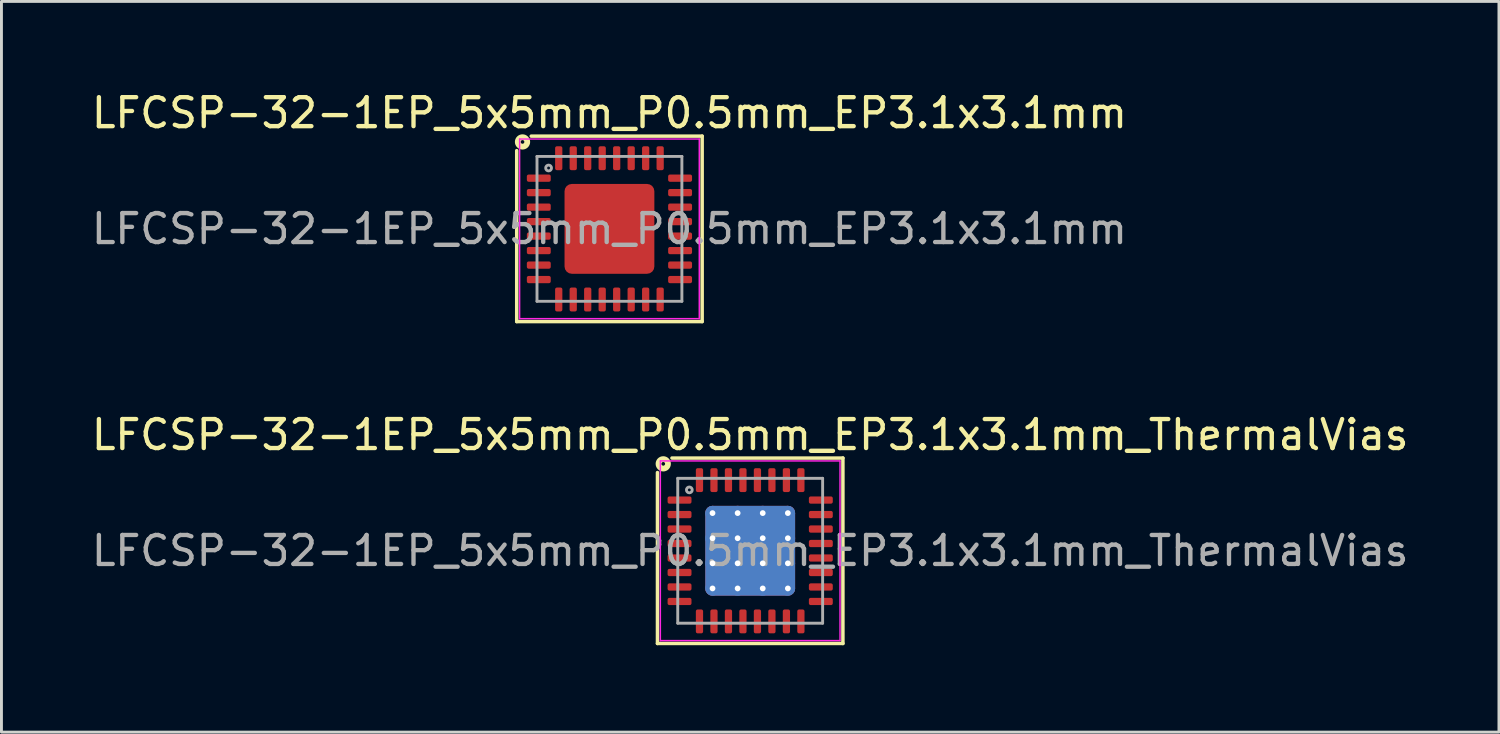
<source format=kicad_pcb>
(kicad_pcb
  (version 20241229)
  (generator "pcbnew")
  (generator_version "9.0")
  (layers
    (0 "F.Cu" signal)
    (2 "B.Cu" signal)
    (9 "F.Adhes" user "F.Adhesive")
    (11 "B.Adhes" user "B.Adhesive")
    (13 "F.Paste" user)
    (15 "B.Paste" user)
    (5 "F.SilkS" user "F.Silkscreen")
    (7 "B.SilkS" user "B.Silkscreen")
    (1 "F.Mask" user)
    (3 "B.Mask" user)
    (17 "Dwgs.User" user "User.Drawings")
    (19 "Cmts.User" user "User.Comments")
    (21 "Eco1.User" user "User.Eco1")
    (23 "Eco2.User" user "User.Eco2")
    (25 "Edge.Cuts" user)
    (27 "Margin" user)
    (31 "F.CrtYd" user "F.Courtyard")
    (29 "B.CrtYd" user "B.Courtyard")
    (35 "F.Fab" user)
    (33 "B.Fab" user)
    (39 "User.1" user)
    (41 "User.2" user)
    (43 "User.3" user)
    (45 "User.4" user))
  (footprint "LFCSP-32-1EP_5x5mm_P0.5mm_EP3.1x3.1mm"
    (layer "F.Cu")
    (at 17.982 4.848)
    (property "Reference" "LFCSP-32-1EP_5x5mm_P0.5mm_EP3.1x3.1mm" (at 0 -4 0) (layer "F.SilkS") (effects (font (size 1 1) (thickness 0.15))))
    (attr smd)
    (fp_line (start -3.2 3.2) (end -3.2 -2.7) (stroke (width 0.12) (type solid)) (layer "F.SilkS"))
    (fp_line (start 3.2 -3.2) (end -2.7 -3.2) (stroke (width 0.12) (type solid)) (layer "F.SilkS"))
    (fp_line (start 3.2 -3.2) (end 3.2 3.2) (stroke (width 0.12) (type solid)) (layer "F.SilkS"))
    (fp_line (start 3.2 3.2) (end -3.2 3.2) (stroke (width 0.12) (type solid)) (layer "F.SilkS"))
    (fp_circle (center -3 -3) (end -2.937 -3) (stroke (width 0.2) (type solid)) (fill no) (layer "F.SilkS"))
    (fp_line (start -3.1 -3.1) (end -3.1 3.1) (stroke (width 0.05) (type solid)) (layer "F.CrtYd"))
    (fp_line (start -3.1 3.1) (end 3.1 3.1) (stroke (width 0.05) (type solid)) (layer "F.CrtYd"))
    (fp_line (start 3.1 -3.1) (end -3.1 -3.1) (stroke (width 0.05) (type solid)) (layer "F.CrtYd"))
    (fp_line (start 3.1 3.1) (end 3.1 -3.1) (stroke (width 0.05) (type solid)) (layer "F.CrtYd"))
    (fp_line (start -2.5 -2.5) (end 2.5 -2.5) (stroke (width 0.1) (type solid)) (layer "F.Fab"))
    (fp_line (start -2.5 2.5) (end -2.5 -2.5) (stroke (width 0.1) (type solid)) (layer "F.Fab"))
    (fp_line (start 2.5 -2.5) (end 2.5 2.5) (stroke (width 0.1) (type solid)) (layer "F.Fab"))
    (fp_line (start 2.5 2.5) (end -2.5 2.5) (stroke (width 0.1) (type solid)) (layer "F.Fab"))
    (fp_circle (center -2.1 -2.1) (end -2 -2.1) (stroke (width 0.1) (type solid)) (fill no) (layer "F.Fab"))
    (fp_text user "${REFERENCE}" (at 0 0 0) (layer "F.Fab") (effects (font (size 1 1) (thickness 0.15))))
    (pad "" smd roundrect (at -0.79 -0.79) (size 1.31 1.31) (layers "F.Paste") (roundrect_rratio 0.191))
    (pad "" smd roundrect (at -0.79 0.78) (size 1.31 1.31) (layers "F.Paste") (roundrect_rratio 0.191))
    (pad "" smd roundrect (at 0.78 -0.79) (size 1.31 1.31) (layers "F.Paste") (roundrect_rratio 0.191))
    (pad "" smd roundrect (at 0.78 0.78) (size 1.31 1.31) (layers "F.Paste") (roundrect_rratio 0.191))
    (pad "1" smd roundrect (at -2.438 -1.75) (size 0.825 0.25) (layers "F.Cu" "F.Mask" "F.Paste") (roundrect_rratio 0.25))
    (pad "2" smd roundrect (at -2.438 -1.25) (size 0.825 0.25) (layers "F.Cu" "F.Mask" "F.Paste") (roundrect_rratio 0.25))
    (pad "3" smd roundrect (at -2.438 -0.75) (size 0.825 0.25) (layers "F.Cu" "F.Mask" "F.Paste") (roundrect_rratio 0.25))
    (pad "4" smd roundrect (at -2.438 -0.25) (size 0.825 0.25) (layers "F.Cu" "F.Mask" "F.Paste") (roundrect_rratio 0.25))
    (pad "5" smd roundrect (at -2.438 0.25) (size 0.825 0.25) (layers "F.Cu" "F.Mask" "F.Paste") (roundrect_rratio 0.25))
    (pad "6" smd roundrect (at -2.438 0.75) (size 0.825 0.25) (layers "F.Cu" "F.Mask" "F.Paste") (roundrect_rratio 0.25))
    (pad "7" smd roundrect (at -2.438 1.25) (size 0.825 0.25) (layers "F.Cu" "F.Mask" "F.Paste") (roundrect_rratio 0.25))
    (pad "8" smd roundrect (at -2.438 1.75) (size 0.825 0.25) (layers "F.Cu" "F.Mask" "F.Paste") (roundrect_rratio 0.25))
    (pad "9" smd roundrect (at -1.75 2.438) (size 0.25 0.825) (layers "F.Cu" "F.Mask" "F.Paste") (roundrect_rratio 0.25))
    (pad "10" smd roundrect (at -1.25 2.438) (size 0.25 0.825) (layers "F.Cu" "F.Mask" "F.Paste") (roundrect_rratio 0.25))
    (pad "11" smd roundrect (at -0.75 2.438) (size 0.25 0.825) (layers "F.Cu" "F.Mask" "F.Paste") (roundrect_rratio 0.25))
    (pad "12" smd roundrect (at -0.25 2.438) (size 0.25 0.825) (layers "F.Cu" "F.Mask" "F.Paste") (roundrect_rratio 0.25))
    (pad "13" smd roundrect (at 0.25 2.438) (size 0.25 0.825) (layers "F.Cu" "F.Mask" "F.Paste") (roundrect_rratio 0.25))
    (pad "14" smd roundrect (at 0.75 2.438) (size 0.25 0.825) (layers "F.Cu" "F.Mask" "F.Paste") (roundrect_rratio 0.25))
    (pad "15" smd roundrect (at 1.25 2.438) (size 0.25 0.825) (layers "F.Cu" "F.Mask" "F.Paste") (roundrect_rratio 0.25))
    (pad "16" smd roundrect (at 1.75 2.438) (size 0.25 0.825) (layers "F.Cu" "F.Mask" "F.Paste") (roundrect_rratio 0.25))
    (pad "17" smd roundrect (at 2.438 1.75) (size 0.825 0.25) (layers "F.Cu" "F.Mask" "F.Paste") (roundrect_rratio 0.25))
    (pad "18" smd roundrect (at 2.438 1.25) (size 0.825 0.25) (layers "F.Cu" "F.Mask" "F.Paste") (roundrect_rratio 0.25))
    (pad "19" smd roundrect (at 2.438 0.75) (size 0.825 0.25) (layers "F.Cu" "F.Mask" "F.Paste") (roundrect_rratio 0.25))
    (pad "20" smd roundrect (at 2.438 0.25) (size 0.825 0.25) (layers "F.Cu" "F.Mask" "F.Paste") (roundrect_rratio 0.25))
    (pad "21" smd roundrect (at 2.438 -0.25) (size 0.825 0.25) (layers "F.Cu" "F.Mask" "F.Paste") (roundrect_rratio 0.25))
    (pad "22" smd roundrect (at 2.438 -0.75) (size 0.825 0.25) (layers "F.Cu" "F.Mask" "F.Paste") (roundrect_rratio 0.25))
    (pad "23" smd roundrect (at 2.438 -1.25) (size 0.825 0.25) (layers "F.Cu" "F.Mask" "F.Paste") (roundrect_rratio 0.25))
    (pad "24" smd roundrect (at 2.438 -1.75) (size 0.825 0.25) (layers "F.Cu" "F.Mask" "F.Paste") (roundrect_rratio 0.25))
    (pad "25" smd roundrect (at 1.75 -2.438) (size 0.25 0.825) (layers "F.Cu" "F.Mask" "F.Paste") (roundrect_rratio 0.25))
    (pad "26" smd roundrect (at 1.25 -2.438) (size 0.25 0.825) (layers "F.Cu" "F.Mask" "F.Paste") (roundrect_rratio 0.25))
    (pad "27" smd roundrect (at 0.75 -2.438) (size 0.25 0.825) (layers "F.Cu" "F.Mask" "F.Paste") (roundrect_rratio 0.25))
    (pad "28" smd roundrect (at 0.25 -2.438) (size 0.25 0.825) (layers "F.Cu" "F.Mask" "F.Paste") (roundrect_rratio 0.25))
    (pad "29" smd roundrect (at -0.25 -2.438) (size 0.25 0.825) (layers "F.Cu" "F.Mask" "F.Paste") (roundrect_rratio 0.25))
    (pad "30" smd roundrect (at -0.75 -2.438) (size 0.25 0.825) (layers "F.Cu" "F.Mask" "F.Paste") (roundrect_rratio 0.25))
    (pad "31" smd roundrect (at -1.25 -2.438) (size 0.25 0.825) (layers "F.Cu" "F.Mask" "F.Paste") (roundrect_rratio 0.25))
    (pad "32" smd roundrect (at -1.75 -2.438) (size 0.25 0.825) (layers "F.Cu" "F.Mask" "F.Paste") (roundrect_rratio 0.25))
    (pad "33" smd roundrect (at 0 0) (size 3.1 3.1) (layers "F.Cu" "F.Mask") (roundrect_rratio 0.081)))
  (footprint "LFCSP-32-1EP_5x5mm_P0.5mm_EP3.1x3.1mm_ThermalVias"
    (layer "F.Cu")
    (at 22.839 15.957)
    (property "Reference" "LFCSP-32-1EP_5x5mm_P0.5mm_EP3.1x3.1mm_ThermalVias" (at 0 -4 0) (layer "F.SilkS") (effects (font (size 1 1) (thickness 0.15))))
    (attr smd)
    (fp_line (start -3.2 3.2) (end -3.2 -2.7) (stroke (width 0.12) (type solid)) (layer "F.SilkS"))
    (fp_line (start 3.2 -3.2) (end -2.7 -3.2) (stroke (width 0.12) (type solid)) (layer "F.SilkS"))
    (fp_line (start 3.2 -3.2) (end 3.2 3.2) (stroke (width 0.12) (type solid)) (layer "F.SilkS"))
    (fp_line (start 3.2 3.2) (end -3.2 3.2) (stroke (width 0.12) (type solid)) (layer "F.SilkS"))
    (fp_circle (center -3 -3) (end -2.937 -3) (stroke (width 0.2) (type solid)) (fill no) (layer "F.SilkS"))
    (fp_line (start -3.1 -3.1) (end -3.1 3.1) (stroke (width 0.05) (type solid)) (layer "F.CrtYd"))
    (fp_line (start -3.1 3.1) (end 3.1 3.1) (stroke (width 0.05) (type solid)) (layer "F.CrtYd"))
    (fp_line (start 3.1 -3.1) (end -3.1 -3.1) (stroke (width 0.05) (type solid)) (layer "F.CrtYd"))
    (fp_line (start 3.1 3.1) (end 3.1 -3.1) (stroke (width 0.05) (type solid)) (layer "F.CrtYd"))
    (fp_line (start -2.5 -2.5) (end 2.5 -2.5) (stroke (width 0.1) (type solid)) (layer "F.Fab"))
    (fp_line (start -2.5 2.5) (end -2.5 -2.5) (stroke (width 0.1) (type solid)) (layer "F.Fab"))
    (fp_line (start 2.5 -2.5) (end 2.5 2.5) (stroke (width 0.1) (type solid)) (layer "F.Fab"))
    (fp_line (start 2.5 2.5) (end -2.5 2.5) (stroke (width 0.1) (type solid)) (layer "F.Fab"))
    (fp_circle (center -2.1 -2.1) (end -2 -2.1) (stroke (width 0.1) (type solid)) (fill no) (layer "F.Fab"))
    (fp_text user "${REFERENCE}" (at 0 0 0) (layer "F.Fab") (effects (font (size 1 1) (thickness 0.15))))
    (pad "" smd roundrect (at -0.85 -0.875) (size 0.7 0.7) (layers "F.Paste") (roundrect_rratio 0.25))
    (pad "" smd roundrect (at -0.85 0) (size 0.7 0.7) (layers "F.Paste") (roundrect_rratio 0.25))
    (pad "" smd roundrect (at -0.85 0.875) (size 0.7 0.7) (layers "F.Paste") (roundrect_rratio 0.25))
    (pad "" smd roundrect (at 0 -0.875) (size 0.7 0.7) (layers "F.Paste") (roundrect_rratio 0.25))
    (pad "" smd roundrect (at 0 0) (size 0.7 0.7) (layers "F.Paste") (roundrect_rratio 0.25))
    (pad "" smd roundrect (at 0 0.875) (size 0.7 0.7) (layers "F.Paste") (roundrect_rratio 0.25))
    (pad "" smd roundrect (at 0.85 -0.875) (size 0.7 0.7) (layers "F.Paste") (roundrect_rratio 0.25))
    (pad "" smd roundrect (at 0.875 0) (size 0.7 0.7) (layers "F.Paste") (roundrect_rratio 0.25))
    (pad "" smd roundrect (at 0.875 0.875) (size 0.7 0.7) (layers "F.Paste") (roundrect_rratio 0.25))
    (pad "1" smd roundrect (at -2.438 -1.75) (size 0.825 0.25) (layers "F.Cu" "F.Mask" "F.Paste") (roundrect_rratio 0.25))
    (pad "2" smd roundrect (at -2.438 -1.25) (size 0.825 0.25) (layers "F.Cu" "F.Mask" "F.Paste") (roundrect_rratio 0.25))
    (pad "3" smd roundrect (at -2.438 -0.75) (size 0.825 0.25) (layers "F.Cu" "F.Mask" "F.Paste") (roundrect_rratio 0.25))
    (pad "4" smd roundrect (at -2.438 -0.25) (size 0.825 0.25) (layers "F.Cu" "F.Mask" "F.Paste") (roundrect_rratio 0.25))
    (pad "5" smd roundrect (at -2.438 0.25) (size 0.825 0.25) (layers "F.Cu" "F.Mask" "F.Paste") (roundrect_rratio 0.25))
    (pad "6" smd roundrect (at -2.438 0.75) (size 0.825 0.25) (layers "F.Cu" "F.Mask" "F.Paste") (roundrect_rratio 0.25))
    (pad "7" smd roundrect (at -2.438 1.25) (size 0.825 0.25) (layers "F.Cu" "F.Mask" "F.Paste") (roundrect_rratio 0.25))
    (pad "8" smd roundrect (at -2.438 1.75) (size 0.825 0.25) (layers "F.Cu" "F.Mask" "F.Paste") (roundrect_rratio 0.25))
    (pad "9" smd roundrect (at -1.75 2.438) (size 0.25 0.825) (layers "F.Cu" "F.Mask" "F.Paste") (roundrect_rratio 0.25))
    (pad "10" smd roundrect (at -1.25 2.438) (size 0.25 0.825) (layers "F.Cu" "F.Mask" "F.Paste") (roundrect_rratio 0.25))
    (pad "11" smd roundrect (at -0.75 2.438) (size 0.25 0.825) (layers "F.Cu" "F.Mask" "F.Paste") (roundrect_rratio 0.25))
    (pad "12" smd roundrect (at -0.25 2.438) (size 0.25 0.825) (layers "F.Cu" "F.Mask" "F.Paste") (roundrect_rratio 0.25))
    (pad "13" smd roundrect (at 0.25 2.438) (size 0.25 0.825) (layers "F.Cu" "F.Mask" "F.Paste") (roundrect_rratio 0.25))
    (pad "14" smd roundrect (at 0.75 2.438) (size 0.25 0.825) (layers "F.Cu" "F.Mask" "F.Paste") (roundrect_rratio 0.25))
    (pad "15" smd roundrect (at 1.25 2.438) (size 0.25 0.825) (layers "F.Cu" "F.Mask" "F.Paste") (roundrect_rratio 0.25))
    (pad "16" smd roundrect (at 1.75 2.438) (size 0.25 0.825) (layers "F.Cu" "F.Mask" "F.Paste") (roundrect_rratio 0.25))
    (pad "17" smd roundrect (at 2.438 1.75) (size 0.825 0.25) (layers "F.Cu" "F.Mask" "F.Paste") (roundrect_rratio 0.25))
    (pad "18" smd roundrect (at 2.438 1.25) (size 0.825 0.25) (layers "F.Cu" "F.Mask" "F.Paste") (roundrect_rratio 0.25))
    (pad "19" smd roundrect (at 2.438 0.75) (size 0.825 0.25) (layers "F.Cu" "F.Mask" "F.Paste") (roundrect_rratio 0.25))
    (pad "20" smd roundrect (at 2.438 0.25) (size 0.825 0.25) (layers "F.Cu" "F.Mask" "F.Paste") (roundrect_rratio 0.25))
    (pad "21" smd roundrect (at 2.438 -0.25) (size 0.825 0.25) (layers "F.Cu" "F.Mask" "F.Paste") (roundrect_rratio 0.25))
    (pad "22" smd roundrect (at 2.438 -0.75) (size 0.825 0.25) (layers "F.Cu" "F.Mask" "F.Paste") (roundrect_rratio 0.25))
    (pad "23" smd roundrect (at 2.438 -1.25) (size 0.825 0.25) (layers "F.Cu" "F.Mask" "F.Paste") (roundrect_rratio 0.25))
    (pad "24" smd roundrect (at 2.438 -1.75) (size 0.825 0.25) (layers "F.Cu" "F.Mask" "F.Paste") (roundrect_rratio 0.25))
    (pad "25" smd roundrect (at 1.75 -2.438) (size 0.25 0.825) (layers "F.Cu" "F.Mask" "F.Paste") (roundrect_rratio 0.25))
    (pad "26" smd roundrect (at 1.25 -2.438) (size 0.25 0.825) (layers "F.Cu" "F.Mask" "F.Paste") (roundrect_rratio 0.25))
    (pad "27" smd roundrect (at 0.75 -2.438) (size 0.25 0.825) (layers "F.Cu" "F.Mask" "F.Paste") (roundrect_rratio 0.25))
    (pad "28" smd roundrect (at 0.25 -2.438) (size 0.25 0.825) (layers "F.Cu" "F.Mask" "F.Paste") (roundrect_rratio 0.25))
    (pad "29" smd roundrect (at -0.25 -2.438) (size 0.25 0.825) (layers "F.Cu" "F.Mask" "F.Paste") (roundrect_rratio 0.25))
    (pad "30" smd roundrect (at -0.75 -2.438) (size 0.25 0.825) (layers "F.Cu" "F.Mask" "F.Paste") (roundrect_rratio 0.25))
    (pad "31" smd roundrect (at -1.25 -2.438) (size 0.25 0.825) (layers "F.Cu" "F.Mask" "F.Paste") (roundrect_rratio 0.25))
    (pad "32" smd roundrect (at -1.75 -2.438) (size 0.25 0.825) (layers "F.Cu" "F.Mask" "F.Paste") (roundrect_rratio 0.25))
    (pad "33" thru_hole circle (at -1.3 -1.3) (size 0.5 0.5) (drill 0.2) (property pad_prop_heatsink) (layers "*.Cu"))
    (pad "33" thru_hole circle (at -1.3 -0.433) (size 0.5 0.5) (drill 0.2) (property pad_prop_heatsink) (layers "*.Cu"))
    (pad "33" thru_hole circle (at -1.3 0.433) (size 0.5 0.5) (drill 0.2) (property pad_prop_heatsink) (layers "*.Cu"))
    (pad "33" thru_hole circle (at -1.3 1.3) (size 0.5 0.5) (drill 0.2) (property pad_prop_heatsink) (layers "*.Cu"))
    (pad "33" thru_hole circle (at -0.433 -1.3) (size 0.5 0.5) (drill 0.2) (property pad_prop_heatsink) (layers "*.Cu"))
    (pad "33" thru_hole circle (at -0.433 -0.433) (size 0.5 0.5) (drill 0.2) (property pad_prop_heatsink) (layers "*.Cu"))
    (pad "33" thru_hole circle (at -0.433 0.433) (size 0.5 0.5) (drill 0.2) (property pad_prop_heatsink) (layers "*.Cu"))
    (pad "33" thru_hole circle (at -0.433 1.3) (size 0.5 0.5) (drill 0.2) (property pad_prop_heatsink) (layers "*.Cu"))
    (pad "33" smd roundrect (at 0 0) (size 3.1 3.1) (layers "F.Cu" "F.Mask") (roundrect_rratio 0.081))
    (pad "33" smd roundrect (at 0 0) (size 3.1 3.1) (layers "B.Cu" "B.Mask") (roundrect_rratio 0.081))
    (pad "33" thru_hole circle (at 0.433 -1.3) (size 0.5 0.5) (drill 0.2) (property pad_prop_heatsink) (layers "*.Cu"))
    (pad "33" thru_hole circle (at 0.433 -0.433) (size 0.5 0.5) (drill 0.2) (property pad_prop_heatsink) (layers "*.Cu"))
    (pad "33" thru_hole circle (at 0.433 0.433) (size 0.5 0.5) (drill 0.2) (property pad_prop_heatsink) (layers "*.Cu"))
    (pad "33" thru_hole circle (at 0.433 1.3) (size 0.5 0.5) (drill 0.2) (property pad_prop_heatsink) (layers "*.Cu"))
    (pad "33" thru_hole circle (at 1.3 -1.3) (size 0.5 0.5) (drill 0.2) (property pad_prop_heatsink) (layers "*.Cu"))
    (pad "33" thru_hole circle (at 1.3 -0.433) (size 0.5 0.5) (drill 0.2) (property pad_prop_heatsink) (layers "*.Cu"))
    (pad "33" thru_hole circle (at 1.3 0.433) (size 0.5 0.5) (drill 0.2) (property pad_prop_heatsink) (layers "*.Cu"))
    (pad "33" thru_hole circle (at 1.3 1.3) (size 0.5 0.5) (drill 0.2) (property pad_prop_heatsink) (layers "*.Cu")))
  (gr_rect
    (start -3 -3)
    (end 48.679 22.216)
    (stroke (width 0.1) (type default))
    (fill no)
    (layer "Edge.Cuts")))
</source>
